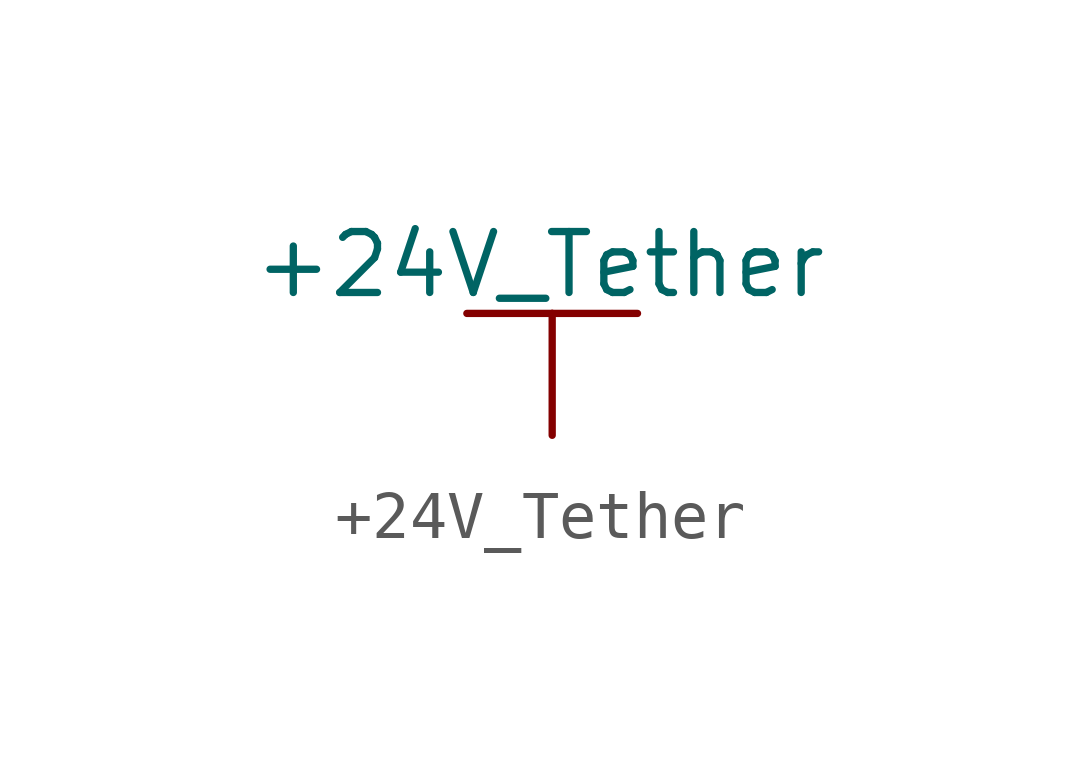
<source format=kicad_sym>
(kicad_symbol_lib
  (version 20220914)
  (generator kicad_symbol_editor)
  (symbol "+24V_Tether"
    (power)
    (pin_numbers hide)
    (pin_names
      (offset 0) hide)
    (property "Reference" "#PWR"
      (at 0 -3.81 0)
      (effects (font (size 1.27 1.27)) hide))
    (property "Value" "+24V_Tether"
      (at -0.254 3.556 0)
      (effects (font (size 1.27 1.27))))
    (property "Footprint" ""
      (at 0 0 0)
      (effects (font (size 1.524 1.524))))
    (property "Datasheet" ""
      (at 0 0 0)
      (effects (font (size 1.524 1.524))))
    (symbol "+24V_Tether_0_1"
      (polyline (pts (xy -1.778 2.54) (xy 0 2.54)) (stroke (width 0) (type default)) (fill (type none)))
      (polyline (pts (xy 0 0) (xy 0 2.54)) (stroke (width 0) (type default)) (fill (type none)))
      (polyline (pts (xy 0 2.54) (xy 1.778 2.54)) (stroke (width 0) (type default)) (fill (type none))))
    (symbol "+24V_Tether_1_1"
      (pin power_in line (at 0 0 90) (length 0) hide (name "24V_Tether" (effects (font (size 1.27 1.27)))) (number "1" (effects (font (size 1.27 1.27))))))))
</source>
